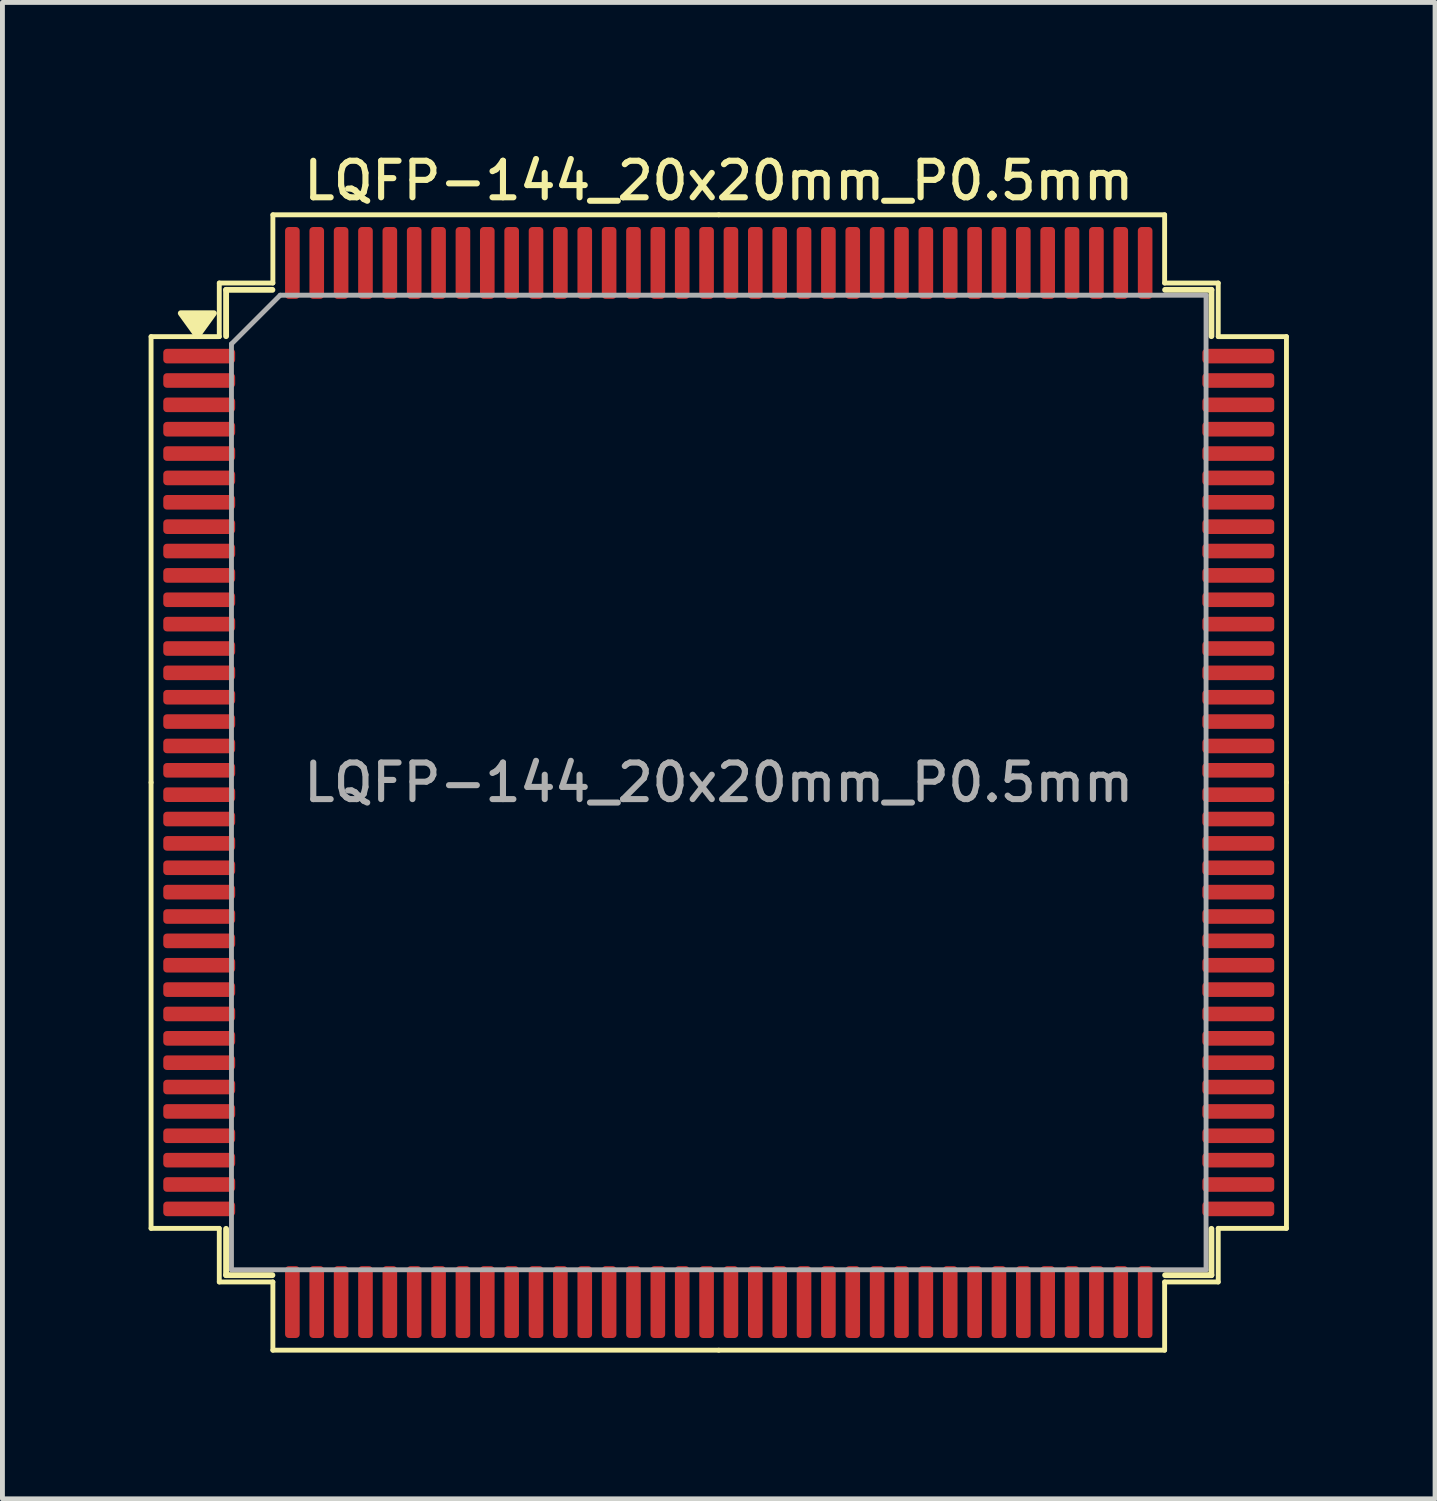
<source format=kicad_pcb>
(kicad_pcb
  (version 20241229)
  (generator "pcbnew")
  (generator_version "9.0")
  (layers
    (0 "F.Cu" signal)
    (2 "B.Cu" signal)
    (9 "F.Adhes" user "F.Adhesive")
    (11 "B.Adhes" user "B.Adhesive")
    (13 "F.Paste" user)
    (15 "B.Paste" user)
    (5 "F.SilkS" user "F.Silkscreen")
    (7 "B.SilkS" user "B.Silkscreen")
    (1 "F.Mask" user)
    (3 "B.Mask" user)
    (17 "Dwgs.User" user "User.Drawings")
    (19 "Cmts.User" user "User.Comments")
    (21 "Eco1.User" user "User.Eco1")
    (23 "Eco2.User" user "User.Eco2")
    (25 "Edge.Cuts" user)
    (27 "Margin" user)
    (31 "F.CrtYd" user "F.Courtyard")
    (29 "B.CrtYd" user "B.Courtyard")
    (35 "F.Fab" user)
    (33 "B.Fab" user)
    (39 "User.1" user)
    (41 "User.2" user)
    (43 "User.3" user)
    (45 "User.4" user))
  (footprint "LQFP-144_20x20mm_P0.5mm"
    (layer "F.Cu")
    (at 11.7 13.008)
    (property "Reference" "LQFP-144_20x20mm_P0.5mm" (at 0 -12.35 0) (layer "F.SilkS") (effects (font (size 0.75 0.75) (thickness 0.125))))
    (attr smd)
    (fp_line (start -11.65 -9.15) (end -11.65 0) (stroke (width 0.1) (type solid)) (layer "F.SilkS"))
    (fp_line (start -11.65 9.15) (end -11.65 0) (stroke (width 0.1) (type solid)) (layer "F.SilkS"))
    (fp_line (start -10.25 -10.25) (end -10.25 -9.15) (stroke (width 0.1) (type solid)) (layer "F.SilkS"))
    (fp_line (start -10.25 -9.15) (end -11.65 -9.15) (stroke (width 0.1) (type solid)) (layer "F.SilkS"))
    (fp_line (start -10.25 9.15) (end -11.65 9.15) (stroke (width 0.1) (type solid)) (layer "F.SilkS"))
    (fp_line (start -10.25 10.25) (end -10.25 9.15) (stroke (width 0.1) (type solid)) (layer "F.SilkS"))
    (fp_line (start -10.11 -10.11) (end -10.11 -9.16) (stroke (width 0.12) (type solid)) (layer "F.SilkS"))
    (fp_line (start -10.11 10.11) (end -10.11 9.16) (stroke (width 0.12) (type solid)) (layer "F.SilkS"))
    (fp_line (start -9.16 -10.11) (end -10.11 -10.11) (stroke (width 0.12) (type solid)) (layer "F.SilkS"))
    (fp_line (start -9.16 10.11) (end -10.11 10.11) (stroke (width 0.12) (type solid)) (layer "F.SilkS"))
    (fp_line (start -9.15 -11.65) (end -9.15 -10.25) (stroke (width 0.1) (type solid)) (layer "F.SilkS"))
    (fp_line (start -9.15 -10.25) (end -10.25 -10.25) (stroke (width 0.1) (type solid)) (layer "F.SilkS"))
    (fp_line (start -9.15 10.25) (end -10.25 10.25) (stroke (width 0.1) (type solid)) (layer "F.SilkS"))
    (fp_line (start -9.15 11.65) (end -9.15 10.25) (stroke (width 0.1) (type solid)) (layer "F.SilkS"))
    (fp_line (start 0 -11.65) (end -9.15 -11.65) (stroke (width 0.1) (type solid)) (layer "F.SilkS"))
    (fp_line (start 0 -11.65) (end 9.15 -11.65) (stroke (width 0.1) (type solid)) (layer "F.SilkS"))
    (fp_line (start 0 11.65) (end -9.15 11.65) (stroke (width 0.1) (type solid)) (layer "F.SilkS"))
    (fp_line (start 0 11.65) (end 9.15 11.65) (stroke (width 0.1) (type solid)) (layer "F.SilkS"))
    (fp_line (start 9.15 -11.65) (end 9.15 -10.25) (stroke (width 0.1) (type solid)) (layer "F.SilkS"))
    (fp_line (start 9.15 -10.25) (end 10.25 -10.25) (stroke (width 0.1) (type solid)) (layer "F.SilkS"))
    (fp_line (start 9.15 10.25) (end 10.25 10.25) (stroke (width 0.1) (type solid)) (layer "F.SilkS"))
    (fp_line (start 9.15 11.65) (end 9.15 10.25) (stroke (width 0.1) (type solid)) (layer "F.SilkS"))
    (fp_line (start 9.16 -10.11) (end 10.11 -10.11) (stroke (width 0.12) (type solid)) (layer "F.SilkS"))
    (fp_line (start 9.16 10.11) (end 10.11 10.11) (stroke (width 0.12) (type solid)) (layer "F.SilkS"))
    (fp_line (start 10.11 -10.11) (end 10.11 -9.16) (stroke (width 0.12) (type solid)) (layer "F.SilkS"))
    (fp_line (start 10.11 10.11) (end 10.11 9.16) (stroke (width 0.12) (type solid)) (layer "F.SilkS"))
    (fp_line (start 10.25 -10.25) (end 10.25 -9.15) (stroke (width 0.1) (type solid)) (layer "F.SilkS"))
    (fp_line (start 10.25 -9.15) (end 11.65 -9.15) (stroke (width 0.1) (type solid)) (layer "F.SilkS"))
    (fp_line (start 10.25 9.15) (end 11.65 9.15) (stroke (width 0.1) (type solid)) (layer "F.SilkS"))
    (fp_line (start 10.25 10.25) (end 10.25 9.15) (stroke (width 0.1) (type solid)) (layer "F.SilkS"))
    (fp_line (start 11.65 -9.15) (end 11.65 0) (stroke (width 0.1) (type solid)) (layer "F.SilkS"))
    (fp_line (start 11.65 9.15) (end 11.65 0) (stroke (width 0.1) (type solid)) (layer "F.SilkS"))
    (fp_poly (pts (xy -10.7 -9.16) (xy -11.04 -9.63) (xy -10.36 -9.63) (xy -10.7 -9.16)) (stroke (width 0.12) (type solid)) (fill yes) (layer "F.SilkS"))
    (fp_line (start -10 -9) (end -9 -10) (stroke (width 0.1) (type solid)) (layer "F.Fab"))
    (fp_line (start -10 10) (end -10 -9) (stroke (width 0.1) (type solid)) (layer "F.Fab"))
    (fp_line (start -9 -10) (end 10 -10) (stroke (width 0.1) (type solid)) (layer "F.Fab"))
    (fp_line (start 10 -10) (end 10 10) (stroke (width 0.1) (type solid)) (layer "F.Fab"))
    (fp_line (start 10 10) (end -10 10) (stroke (width 0.1) (type solid)) (layer "F.Fab"))
    (fp_text user "${REFERENCE}" (at 0 0 0) (layer "F.Fab") (effects (font (size 0.75 0.75) (thickness 0.125))))
    (pad "1" smd roundrect (at -10.662 -8.75) (size 1.475 0.3) (layers "F.Cu" "F.Mask" "F.Paste") (roundrect_rratio 0.25))
    (pad "2" smd roundrect (at -10.662 -8.25) (size 1.475 0.3) (layers "F.Cu" "F.Mask" "F.Paste") (roundrect_rratio 0.25))
    (pad "3" smd roundrect (at -10.662 -7.75) (size 1.475 0.3) (layers "F.Cu" "F.Mask" "F.Paste") (roundrect_rratio 0.25))
    (pad "4" smd roundrect (at -10.662 -7.25) (size 1.475 0.3) (layers "F.Cu" "F.Mask" "F.Paste") (roundrect_rratio 0.25))
    (pad "5" smd roundrect (at -10.662 -6.75) (size 1.475 0.3) (layers "F.Cu" "F.Mask" "F.Paste") (roundrect_rratio 0.25))
    (pad "6" smd roundrect (at -10.662 -6.25) (size 1.475 0.3) (layers "F.Cu" "F.Mask" "F.Paste") (roundrect_rratio 0.25))
    (pad "7" smd roundrect (at -10.662 -5.75) (size 1.475 0.3) (layers "F.Cu" "F.Mask" "F.Paste") (roundrect_rratio 0.25))
    (pad "8" smd roundrect (at -10.662 -5.25) (size 1.475 0.3) (layers "F.Cu" "F.Mask" "F.Paste") (roundrect_rratio 0.25))
    (pad "9" smd roundrect (at -10.662 -4.75) (size 1.475 0.3) (layers "F.Cu" "F.Mask" "F.Paste") (roundrect_rratio 0.25))
    (pad "10" smd roundrect (at -10.662 -4.25) (size 1.475 0.3) (layers "F.Cu" "F.Mask" "F.Paste") (roundrect_rratio 0.25))
    (pad "11" smd roundrect (at -10.662 -3.75) (size 1.475 0.3) (layers "F.Cu" "F.Mask" "F.Paste") (roundrect_rratio 0.25))
    (pad "12" smd roundrect (at -10.662 -3.25) (size 1.475 0.3) (layers "F.Cu" "F.Mask" "F.Paste") (roundrect_rratio 0.25))
    (pad "13" smd roundrect (at -10.662 -2.75) (size 1.475 0.3) (layers "F.Cu" "F.Mask" "F.Paste") (roundrect_rratio 0.25))
    (pad "14" smd roundrect (at -10.662 -2.25) (size 1.475 0.3) (layers "F.Cu" "F.Mask" "F.Paste") (roundrect_rratio 0.25))
    (pad "15" smd roundrect (at -10.662 -1.75) (size 1.475 0.3) (layers "F.Cu" "F.Mask" "F.Paste") (roundrect_rratio 0.25))
    (pad "16" smd roundrect (at -10.662 -1.25) (size 1.475 0.3) (layers "F.Cu" "F.Mask" "F.Paste") (roundrect_rratio 0.25))
    (pad "17" smd roundrect (at -10.662 -0.75) (size 1.475 0.3) (layers "F.Cu" "F.Mask" "F.Paste") (roundrect_rratio 0.25))
    (pad "18" smd roundrect (at -10.662 -0.25) (size 1.475 0.3) (layers "F.Cu" "F.Mask" "F.Paste") (roundrect_rratio 0.25))
    (pad "19" smd roundrect (at -10.662 0.25) (size 1.475 0.3) (layers "F.Cu" "F.Mask" "F.Paste") (roundrect_rratio 0.25))
    (pad "20" smd roundrect (at -10.662 0.75) (size 1.475 0.3) (layers "F.Cu" "F.Mask" "F.Paste") (roundrect_rratio 0.25))
    (pad "21" smd roundrect (at -10.662 1.25) (size 1.475 0.3) (layers "F.Cu" "F.Mask" "F.Paste") (roundrect_rratio 0.25))
    (pad "22" smd roundrect (at -10.662 1.75) (size 1.475 0.3) (layers "F.Cu" "F.Mask" "F.Paste") (roundrect_rratio 0.25))
    (pad "23" smd roundrect (at -10.662 2.25) (size 1.475 0.3) (layers "F.Cu" "F.Mask" "F.Paste") (roundrect_rratio 0.25))
    (pad "24" smd roundrect (at -10.662 2.75) (size 1.475 0.3) (layers "F.Cu" "F.Mask" "F.Paste") (roundrect_rratio 0.25))
    (pad "25" smd roundrect (at -10.662 3.25) (size 1.475 0.3) (layers "F.Cu" "F.Mask" "F.Paste") (roundrect_rratio 0.25))
    (pad "26" smd roundrect (at -10.662 3.75) (size 1.475 0.3) (layers "F.Cu" "F.Mask" "F.Paste") (roundrect_rratio 0.25))
    (pad "27" smd roundrect (at -10.662 4.25) (size 1.475 0.3) (layers "F.Cu" "F.Mask" "F.Paste") (roundrect_rratio 0.25))
    (pad "28" smd roundrect (at -10.662 4.75) (size 1.475 0.3) (layers "F.Cu" "F.Mask" "F.Paste") (roundrect_rratio 0.25))
    (pad "29" smd roundrect (at -10.662 5.25) (size 1.475 0.3) (layers "F.Cu" "F.Mask" "F.Paste") (roundrect_rratio 0.25))
    (pad "30" smd roundrect (at -10.662 5.75) (size 1.475 0.3) (layers "F.Cu" "F.Mask" "F.Paste") (roundrect_rratio 0.25))
    (pad "31" smd roundrect (at -10.662 6.25) (size 1.475 0.3) (layers "F.Cu" "F.Mask" "F.Paste") (roundrect_rratio 0.25))
    (pad "32" smd roundrect (at -10.662 6.75) (size 1.475 0.3) (layers "F.Cu" "F.Mask" "F.Paste") (roundrect_rratio 0.25))
    (pad "33" smd roundrect (at -10.662 7.25) (size 1.475 0.3) (layers "F.Cu" "F.Mask" "F.Paste") (roundrect_rratio 0.25))
    (pad "34" smd roundrect (at -10.662 7.75) (size 1.475 0.3) (layers "F.Cu" "F.Mask" "F.Paste") (roundrect_rratio 0.25))
    (pad "35" smd roundrect (at -10.662 8.25) (size 1.475 0.3) (layers "F.Cu" "F.Mask" "F.Paste") (roundrect_rratio 0.25))
    (pad "36" smd roundrect (at -10.662 8.75) (size 1.475 0.3) (layers "F.Cu" "F.Mask" "F.Paste") (roundrect_rratio 0.25))
    (pad "37" smd roundrect (at -8.75 10.662) (size 0.3 1.475) (layers "F.Cu" "F.Mask" "F.Paste") (roundrect_rratio 0.25))
    (pad "38" smd roundrect (at -8.25 10.662) (size 0.3 1.475) (layers "F.Cu" "F.Mask" "F.Paste") (roundrect_rratio 0.25))
    (pad "39" smd roundrect (at -7.75 10.662) (size 0.3 1.475) (layers "F.Cu" "F.Mask" "F.Paste") (roundrect_rratio 0.25))
    (pad "40" smd roundrect (at -7.25 10.662) (size 0.3 1.475) (layers "F.Cu" "F.Mask" "F.Paste") (roundrect_rratio 0.25))
    (pad "41" smd roundrect (at -6.75 10.662) (size 0.3 1.475) (layers "F.Cu" "F.Mask" "F.Paste") (roundrect_rratio 0.25))
    (pad "42" smd roundrect (at -6.25 10.662) (size 0.3 1.475) (layers "F.Cu" "F.Mask" "F.Paste") (roundrect_rratio 0.25))
    (pad "43" smd roundrect (at -5.75 10.662) (size 0.3 1.475) (layers "F.Cu" "F.Mask" "F.Paste") (roundrect_rratio 0.25))
    (pad "44" smd roundrect (at -5.25 10.662) (size 0.3 1.475) (layers "F.Cu" "F.Mask" "F.Paste") (roundrect_rratio 0.25))
    (pad "45" smd roundrect (at -4.75 10.662) (size 0.3 1.475) (layers "F.Cu" "F.Mask" "F.Paste") (roundrect_rratio 0.25))
    (pad "46" smd roundrect (at -4.25 10.662) (size 0.3 1.475) (layers "F.Cu" "F.Mask" "F.Paste") (roundrect_rratio 0.25))
    (pad "47" smd roundrect (at -3.75 10.662) (size 0.3 1.475) (layers "F.Cu" "F.Mask" "F.Paste") (roundrect_rratio 0.25))
    (pad "48" smd roundrect (at -3.25 10.662) (size 0.3 1.475) (layers "F.Cu" "F.Mask" "F.Paste") (roundrect_rratio 0.25))
    (pad "49" smd roundrect (at -2.75 10.662) (size 0.3 1.475) (layers "F.Cu" "F.Mask" "F.Paste") (roundrect_rratio 0.25))
    (pad "50" smd roundrect (at -2.25 10.662) (size 0.3 1.475) (layers "F.Cu" "F.Mask" "F.Paste") (roundrect_rratio 0.25))
    (pad "51" smd roundrect (at -1.75 10.662) (size 0.3 1.475) (layers "F.Cu" "F.Mask" "F.Paste") (roundrect_rratio 0.25))
    (pad "52" smd roundrect (at -1.25 10.662) (size 0.3 1.475) (layers "F.Cu" "F.Mask" "F.Paste") (roundrect_rratio 0.25))
    (pad "53" smd roundrect (at -0.75 10.662) (size 0.3 1.475) (layers "F.Cu" "F.Mask" "F.Paste") (roundrect_rratio 0.25))
    (pad "54" smd roundrect (at -0.25 10.662) (size 0.3 1.475) (layers "F.Cu" "F.Mask" "F.Paste") (roundrect_rratio 0.25))
    (pad "55" smd roundrect (at 0.25 10.662) (size 0.3 1.475) (layers "F.Cu" "F.Mask" "F.Paste") (roundrect_rratio 0.25))
    (pad "56" smd roundrect (at 0.75 10.662) (size 0.3 1.475) (layers "F.Cu" "F.Mask" "F.Paste") (roundrect_rratio 0.25))
    (pad "57" smd roundrect (at 1.25 10.662) (size 0.3 1.475) (layers "F.Cu" "F.Mask" "F.Paste") (roundrect_rratio 0.25))
    (pad "58" smd roundrect (at 1.75 10.662) (size 0.3 1.475) (layers "F.Cu" "F.Mask" "F.Paste") (roundrect_rratio 0.25))
    (pad "59" smd roundrect (at 2.25 10.662) (size 0.3 1.475) (layers "F.Cu" "F.Mask" "F.Paste") (roundrect_rratio 0.25))
    (pad "60" smd roundrect (at 2.75 10.662) (size 0.3 1.475) (layers "F.Cu" "F.Mask" "F.Paste") (roundrect_rratio 0.25))
    (pad "61" smd roundrect (at 3.25 10.662) (size 0.3 1.475) (layers "F.Cu" "F.Mask" "F.Paste") (roundrect_rratio 0.25))
    (pad "62" smd roundrect (at 3.75 10.662) (size 0.3 1.475) (layers "F.Cu" "F.Mask" "F.Paste") (roundrect_rratio 0.25))
    (pad "63" smd roundrect (at 4.25 10.662) (size 0.3 1.475) (layers "F.Cu" "F.Mask" "F.Paste") (roundrect_rratio 0.25))
    (pad "64" smd roundrect (at 4.75 10.662) (size 0.3 1.475) (layers "F.Cu" "F.Mask" "F.Paste") (roundrect_rratio 0.25))
    (pad "65" smd roundrect (at 5.25 10.662) (size 0.3 1.475) (layers "F.Cu" "F.Mask" "F.Paste") (roundrect_rratio 0.25))
    (pad "66" smd roundrect (at 5.75 10.662) (size 0.3 1.475) (layers "F.Cu" "F.Mask" "F.Paste") (roundrect_rratio 0.25))
    (pad "67" smd roundrect (at 6.25 10.662) (size 0.3 1.475) (layers "F.Cu" "F.Mask" "F.Paste") (roundrect_rratio 0.25))
    (pad "68" smd roundrect (at 6.75 10.662) (size 0.3 1.475) (layers "F.Cu" "F.Mask" "F.Paste") (roundrect_rratio 0.25))
    (pad "69" smd roundrect (at 7.25 10.662) (size 0.3 1.475) (layers "F.Cu" "F.Mask" "F.Paste") (roundrect_rratio 0.25))
    (pad "70" smd roundrect (at 7.75 10.662) (size 0.3 1.475) (layers "F.Cu" "F.Mask" "F.Paste") (roundrect_rratio 0.25))
    (pad "71" smd roundrect (at 8.25 10.662) (size 0.3 1.475) (layers "F.Cu" "F.Mask" "F.Paste") (roundrect_rratio 0.25))
    (pad "72" smd roundrect (at 8.75 10.662) (size 0.3 1.475) (layers "F.Cu" "F.Mask" "F.Paste") (roundrect_rratio 0.25))
    (pad "73" smd roundrect (at 10.662 8.75) (size 1.475 0.3) (layers "F.Cu" "F.Mask" "F.Paste") (roundrect_rratio 0.25))
    (pad "74" smd roundrect (at 10.662 8.25) (size 1.475 0.3) (layers "F.Cu" "F.Mask" "F.Paste") (roundrect_rratio 0.25))
    (pad "75" smd roundrect (at 10.662 7.75) (size 1.475 0.3) (layers "F.Cu" "F.Mask" "F.Paste") (roundrect_rratio 0.25))
    (pad "76" smd roundrect (at 10.662 7.25) (size 1.475 0.3) (layers "F.Cu" "F.Mask" "F.Paste") (roundrect_rratio 0.25))
    (pad "77" smd roundrect (at 10.662 6.75) (size 1.475 0.3) (layers "F.Cu" "F.Mask" "F.Paste") (roundrect_rratio 0.25))
    (pad "78" smd roundrect (at 10.662 6.25) (size 1.475 0.3) (layers "F.Cu" "F.Mask" "F.Paste") (roundrect_rratio 0.25))
    (pad "79" smd roundrect (at 10.662 5.75) (size 1.475 0.3) (layers "F.Cu" "F.Mask" "F.Paste") (roundrect_rratio 0.25))
    (pad "80" smd roundrect (at 10.662 5.25) (size 1.475 0.3) (layers "F.Cu" "F.Mask" "F.Paste") (roundrect_rratio 0.25))
    (pad "81" smd roundrect (at 10.662 4.75) (size 1.475 0.3) (layers "F.Cu" "F.Mask" "F.Paste") (roundrect_rratio 0.25))
    (pad "82" smd roundrect (at 10.662 4.25) (size 1.475 0.3) (layers "F.Cu" "F.Mask" "F.Paste") (roundrect_rratio 0.25))
    (pad "83" smd roundrect (at 10.662 3.75) (size 1.475 0.3) (layers "F.Cu" "F.Mask" "F.Paste") (roundrect_rratio 0.25))
    (pad "84" smd roundrect (at 10.662 3.25) (size 1.475 0.3) (layers "F.Cu" "F.Mask" "F.Paste") (roundrect_rratio 0.25))
    (pad "85" smd roundrect (at 10.662 2.75) (size 1.475 0.3) (layers "F.Cu" "F.Mask" "F.Paste") (roundrect_rratio 0.25))
    (pad "86" smd roundrect (at 10.662 2.25) (size 1.475 0.3) (layers "F.Cu" "F.Mask" "F.Paste") (roundrect_rratio 0.25))
    (pad "87" smd roundrect (at 10.662 1.75) (size 1.475 0.3) (layers "F.Cu" "F.Mask" "F.Paste") (roundrect_rratio 0.25))
    (pad "88" smd roundrect (at 10.662 1.25) (size 1.475 0.3) (layers "F.Cu" "F.Mask" "F.Paste") (roundrect_rratio 0.25))
    (pad "89" smd roundrect (at 10.662 0.75) (size 1.475 0.3) (layers "F.Cu" "F.Mask" "F.Paste") (roundrect_rratio 0.25))
    (pad "90" smd roundrect (at 10.662 0.25) (size 1.475 0.3) (layers "F.Cu" "F.Mask" "F.Paste") (roundrect_rratio 0.25))
    (pad "91" smd roundrect (at 10.662 -0.25) (size 1.475 0.3) (layers "F.Cu" "F.Mask" "F.Paste") (roundrect_rratio 0.25))
    (pad "92" smd roundrect (at 10.662 -0.75) (size 1.475 0.3) (layers "F.Cu" "F.Mask" "F.Paste") (roundrect_rratio 0.25))
    (pad "93" smd roundrect (at 10.662 -1.25) (size 1.475 0.3) (layers "F.Cu" "F.Mask" "F.Paste") (roundrect_rratio 0.25))
    (pad "94" smd roundrect (at 10.662 -1.75) (size 1.475 0.3) (layers "F.Cu" "F.Mask" "F.Paste") (roundrect_rratio 0.25))
    (pad "95" smd roundrect (at 10.662 -2.25) (size 1.475 0.3) (layers "F.Cu" "F.Mask" "F.Paste") (roundrect_rratio 0.25))
    (pad "96" smd roundrect (at 10.662 -2.75) (size 1.475 0.3) (layers "F.Cu" "F.Mask" "F.Paste") (roundrect_rratio 0.25))
    (pad "97" smd roundrect (at 10.662 -3.25) (size 1.475 0.3) (layers "F.Cu" "F.Mask" "F.Paste") (roundrect_rratio 0.25))
    (pad "98" smd roundrect (at 10.662 -3.75) (size 1.475 0.3) (layers "F.Cu" "F.Mask" "F.Paste") (roundrect_rratio 0.25))
    (pad "99" smd roundrect (at 10.662 -4.25) (size 1.475 0.3) (layers "F.Cu" "F.Mask" "F.Paste") (roundrect_rratio 0.25))
    (pad "100" smd roundrect (at 10.662 -4.75) (size 1.475 0.3) (layers "F.Cu" "F.Mask" "F.Paste") (roundrect_rratio 0.25))
    (pad "101" smd roundrect (at 10.662 -5.25) (size 1.475 0.3) (layers "F.Cu" "F.Mask" "F.Paste") (roundrect_rratio 0.25))
    (pad "102" smd roundrect (at 10.662 -5.75) (size 1.475 0.3) (layers "F.Cu" "F.Mask" "F.Paste") (roundrect_rratio 0.25))
    (pad "103" smd roundrect (at 10.662 -6.25) (size 1.475 0.3) (layers "F.Cu" "F.Mask" "F.Paste") (roundrect_rratio 0.25))
    (pad "104" smd roundrect (at 10.662 -6.75) (size 1.475 0.3) (layers "F.Cu" "F.Mask" "F.Paste") (roundrect_rratio 0.25))
    (pad "105" smd roundrect (at 10.662 -7.25) (size 1.475 0.3) (layers "F.Cu" "F.Mask" "F.Paste") (roundrect_rratio 0.25))
    (pad "106" smd roundrect (at 10.662 -7.75) (size 1.475 0.3) (layers "F.Cu" "F.Mask" "F.Paste") (roundrect_rratio 0.25))
    (pad "107" smd roundrect (at 10.662 -8.25) (size 1.475 0.3) (layers "F.Cu" "F.Mask" "F.Paste") (roundrect_rratio 0.25))
    (pad "108" smd roundrect (at 10.662 -8.75) (size 1.475 0.3) (layers "F.Cu" "F.Mask" "F.Paste") (roundrect_rratio 0.25))
    (pad "109" smd roundrect (at 8.75 -10.662) (size 0.3 1.475) (layers "F.Cu" "F.Mask" "F.Paste") (roundrect_rratio 0.25))
    (pad "110" smd roundrect (at 8.25 -10.662) (size 0.3 1.475) (layers "F.Cu" "F.Mask" "F.Paste") (roundrect_rratio 0.25))
    (pad "111" smd roundrect (at 7.75 -10.662) (size 0.3 1.475) (layers "F.Cu" "F.Mask" "F.Paste") (roundrect_rratio 0.25))
    (pad "112" smd roundrect (at 7.25 -10.662) (size 0.3 1.475) (layers "F.Cu" "F.Mask" "F.Paste") (roundrect_rratio 0.25))
    (pad "113" smd roundrect (at 6.75 -10.662) (size 0.3 1.475) (layers "F.Cu" "F.Mask" "F.Paste") (roundrect_rratio 0.25))
    (pad "114" smd roundrect (at 6.25 -10.662) (size 0.3 1.475) (layers "F.Cu" "F.Mask" "F.Paste") (roundrect_rratio 0.25))
    (pad "115" smd roundrect (at 5.75 -10.662) (size 0.3 1.475) (layers "F.Cu" "F.Mask" "F.Paste") (roundrect_rratio 0.25))
    (pad "116" smd roundrect (at 5.25 -10.662) (size 0.3 1.475) (layers "F.Cu" "F.Mask" "F.Paste") (roundrect_rratio 0.25))
    (pad "117" smd roundrect (at 4.75 -10.662) (size 0.3 1.475) (layers "F.Cu" "F.Mask" "F.Paste") (roundrect_rratio 0.25))
    (pad "118" smd roundrect (at 4.25 -10.662) (size 0.3 1.475) (layers "F.Cu" "F.Mask" "F.Paste") (roundrect_rratio 0.25))
    (pad "119" smd roundrect (at 3.75 -10.662) (size 0.3 1.475) (layers "F.Cu" "F.Mask" "F.Paste") (roundrect_rratio 0.25))
    (pad "120" smd roundrect (at 3.25 -10.662) (size 0.3 1.475) (layers "F.Cu" "F.Mask" "F.Paste") (roundrect_rratio 0.25))
    (pad "121" smd roundrect (at 2.75 -10.662) (size 0.3 1.475) (layers "F.Cu" "F.Mask" "F.Paste") (roundrect_rratio 0.25))
    (pad "122" smd roundrect (at 2.25 -10.662) (size 0.3 1.475) (layers "F.Cu" "F.Mask" "F.Paste") (roundrect_rratio 0.25))
    (pad "123" smd roundrect (at 1.75 -10.662) (size 0.3 1.475) (layers "F.Cu" "F.Mask" "F.Paste") (roundrect_rratio 0.25))
    (pad "124" smd roundrect (at 1.25 -10.662) (size 0.3 1.475) (layers "F.Cu" "F.Mask" "F.Paste") (roundrect_rratio 0.25))
    (pad "125" smd roundrect (at 0.75 -10.662) (size 0.3 1.475) (layers "F.Cu" "F.Mask" "F.Paste") (roundrect_rratio 0.25))
    (pad "126" smd roundrect (at 0.25 -10.662) (size 0.3 1.475) (layers "F.Cu" "F.Mask" "F.Paste") (roundrect_rratio 0.25))
    (pad "127" smd roundrect (at -0.25 -10.662) (size 0.3 1.475) (layers "F.Cu" "F.Mask" "F.Paste") (roundrect_rratio 0.25))
    (pad "128" smd roundrect (at -0.75 -10.662) (size 0.3 1.475) (layers "F.Cu" "F.Mask" "F.Paste") (roundrect_rratio 0.25))
    (pad "129" smd roundrect (at -1.25 -10.662) (size 0.3 1.475) (layers "F.Cu" "F.Mask" "F.Paste") (roundrect_rratio 0.25))
    (pad "130" smd roundrect (at -1.75 -10.662) (size 0.3 1.475) (layers "F.Cu" "F.Mask" "F.Paste") (roundrect_rratio 0.25))
    (pad "131" smd roundrect (at -2.25 -10.662) (size 0.3 1.475) (layers "F.Cu" "F.Mask" "F.Paste") (roundrect_rratio 0.25))
    (pad "132" smd roundrect (at -2.75 -10.662) (size 0.3 1.475) (layers "F.Cu" "F.Mask" "F.Paste") (roundrect_rratio 0.25))
    (pad "133" smd roundrect (at -3.25 -10.662) (size 0.3 1.475) (layers "F.Cu" "F.Mask" "F.Paste") (roundrect_rratio 0.25))
    (pad "134" smd roundrect (at -3.75 -10.662) (size 0.3 1.475) (layers "F.Cu" "F.Mask" "F.Paste") (roundrect_rratio 0.25))
    (pad "135" smd roundrect (at -4.25 -10.662) (size 0.3 1.475) (layers "F.Cu" "F.Mask" "F.Paste") (roundrect_rratio 0.25))
    (pad "136" smd roundrect (at -4.75 -10.662) (size 0.3 1.475) (layers "F.Cu" "F.Mask" "F.Paste") (roundrect_rratio 0.25))
    (pad "137" smd roundrect (at -5.25 -10.662) (size 0.3 1.475) (layers "F.Cu" "F.Mask" "F.Paste") (roundrect_rratio 0.25))
    (pad "138" smd roundrect (at -5.75 -10.662) (size 0.3 1.475) (layers "F.Cu" "F.Mask" "F.Paste") (roundrect_rratio 0.25))
    (pad "139" smd roundrect (at -6.25 -10.662) (size 0.3 1.475) (layers "F.Cu" "F.Mask" "F.Paste") (roundrect_rratio 0.25))
    (pad "140" smd roundrect (at -6.75 -10.662) (size 0.3 1.475) (layers "F.Cu" "F.Mask" "F.Paste") (roundrect_rratio 0.25))
    (pad "141" smd roundrect (at -7.25 -10.662) (size 0.3 1.475) (layers "F.Cu" "F.Mask" "F.Paste") (roundrect_rratio 0.25))
    (pad "142" smd roundrect (at -7.75 -10.662) (size 0.3 1.475) (layers "F.Cu" "F.Mask" "F.Paste") (roundrect_rratio 0.25))
    (pad "143" smd roundrect (at -8.25 -10.662) (size 0.3 1.475) (layers "F.Cu" "F.Mask" "F.Paste") (roundrect_rratio 0.25))
    (pad "144" smd roundrect (at -8.75 -10.662) (size 0.3 1.475) (layers "F.Cu" "F.Mask" "F.Paste") (roundrect_rratio 0.25)))
  (gr_rect
    (start -3 -3)
    (end 26.4 27.708)
    (stroke (width 0.1) (type default))
    (fill no)
    (layer "Edge.Cuts")))
</source>
